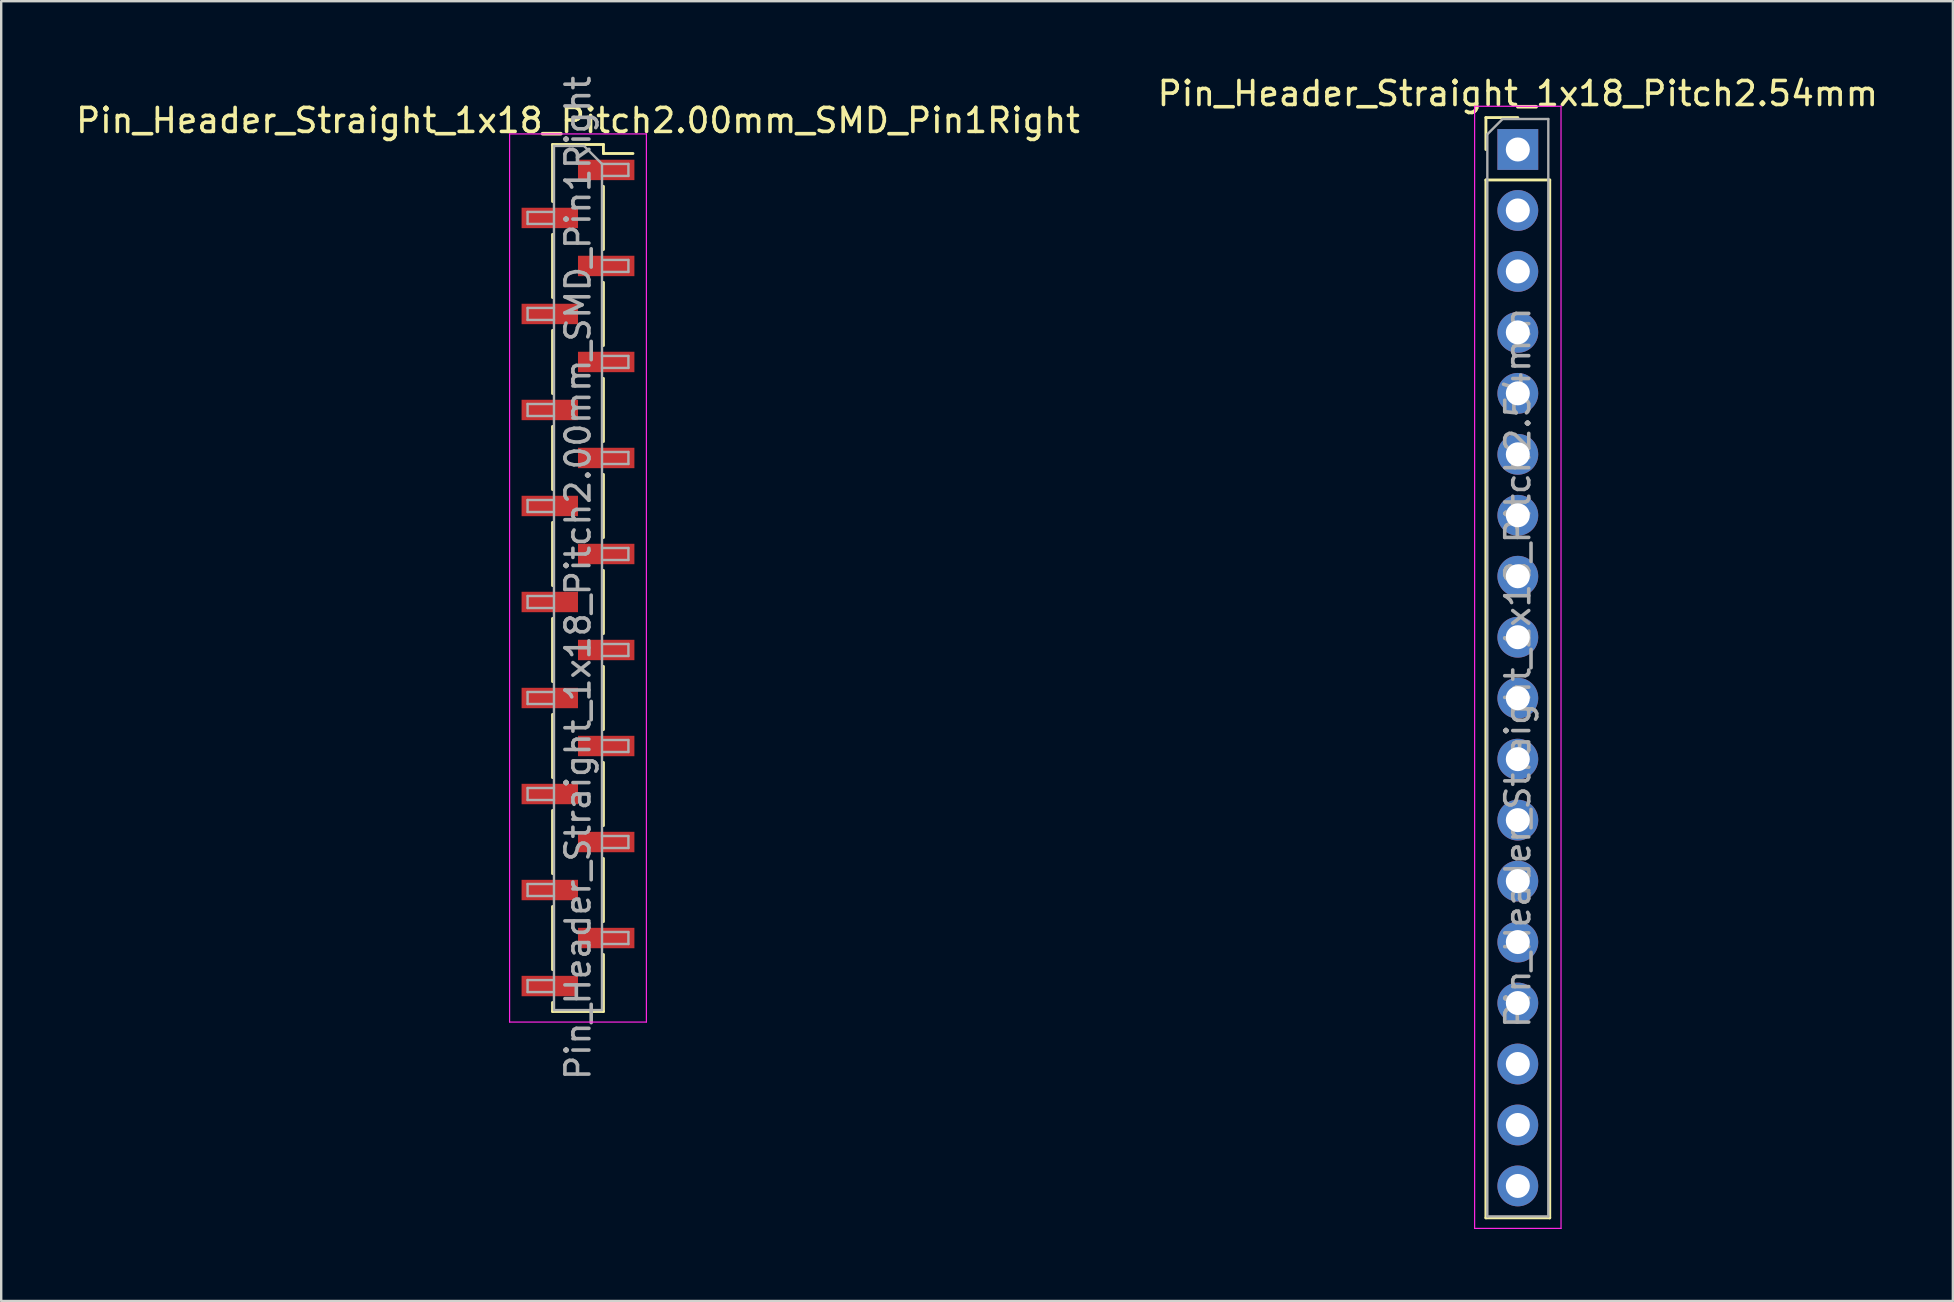
<source format=kicad_pcb>
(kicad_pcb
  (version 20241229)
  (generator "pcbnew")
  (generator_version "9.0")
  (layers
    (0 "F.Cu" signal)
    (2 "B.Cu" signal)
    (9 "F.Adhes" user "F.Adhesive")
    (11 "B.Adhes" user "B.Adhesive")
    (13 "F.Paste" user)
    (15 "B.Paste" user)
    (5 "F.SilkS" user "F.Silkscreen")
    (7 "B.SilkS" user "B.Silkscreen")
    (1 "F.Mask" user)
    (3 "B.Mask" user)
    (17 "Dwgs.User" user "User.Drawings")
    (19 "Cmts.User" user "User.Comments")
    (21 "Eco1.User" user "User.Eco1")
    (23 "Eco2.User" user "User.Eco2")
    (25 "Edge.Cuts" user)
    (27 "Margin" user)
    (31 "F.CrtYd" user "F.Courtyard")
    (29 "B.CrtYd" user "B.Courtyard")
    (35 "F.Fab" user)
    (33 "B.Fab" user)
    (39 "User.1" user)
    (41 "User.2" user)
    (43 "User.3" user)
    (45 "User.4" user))
  (footprint "Pin_Header_Straight_1x18_Pitch2.00mm_SMD_Pin1Right"
    (layer "F.Cu")
    (at 21.03 21.03)
    (property "Reference" "Pin_Header_Straight_1x18_Pitch2.00mm_SMD_Pin1Right" (at 0 -19.06 0) (layer "F.SilkS") (effects (font (size 1 1) (thickness 0.15))))
    (attr smd)
    (fp_line (start -1.06 -18.06) (end -1.06 -15.685) (stroke (width 0.12) (type solid)) (layer "F.SilkS"))
    (fp_line (start -1.06 -18.06) (end 1.06 -18.06) (stroke (width 0.12) (type solid)) (layer "F.SilkS"))
    (fp_line (start -1.06 -14.315) (end -1.06 -11.685) (stroke (width 0.12) (type solid)) (layer "F.SilkS"))
    (fp_line (start -1.06 -10.315) (end -1.06 -7.685) (stroke (width 0.12) (type solid)) (layer "F.SilkS"))
    (fp_line (start -1.06 -6.315) (end -1.06 -3.685) (stroke (width 0.12) (type solid)) (layer "F.SilkS"))
    (fp_line (start -1.06 -2.315) (end -1.06 0.315) (stroke (width 0.12) (type solid)) (layer "F.SilkS"))
    (fp_line (start -1.06 1.685) (end -1.06 4.315) (stroke (width 0.12) (type solid)) (layer "F.SilkS"))
    (fp_line (start -1.06 5.685) (end -1.06 8.315) (stroke (width 0.12) (type solid)) (layer "F.SilkS"))
    (fp_line (start -1.06 9.685) (end -1.06 12.315) (stroke (width 0.12) (type solid)) (layer "F.SilkS"))
    (fp_line (start -1.06 13.685) (end -1.06 16.315) (stroke (width 0.12) (type solid)) (layer "F.SilkS"))
    (fp_line (start -1.06 17.685) (end -1.06 18.06) (stroke (width 0.12) (type solid)) (layer "F.SilkS"))
    (fp_line (start -1.06 18.06) (end 1.06 18.06) (stroke (width 0.12) (type solid)) (layer "F.SilkS"))
    (fp_line (start 1.06 -18.06) (end 1.06 -17.685) (stroke (width 0.12) (type solid)) (layer "F.SilkS"))
    (fp_line (start 1.06 -17.685) (end 2.29 -17.685) (stroke (width 0.12) (type solid)) (layer "F.SilkS"))
    (fp_line (start 1.06 -16.315) (end 1.06 -13.685) (stroke (width 0.12) (type solid)) (layer "F.SilkS"))
    (fp_line (start 1.06 -12.315) (end 1.06 -9.685) (stroke (width 0.12) (type solid)) (layer "F.SilkS"))
    (fp_line (start 1.06 -8.315) (end 1.06 -5.685) (stroke (width 0.12) (type solid)) (layer "F.SilkS"))
    (fp_line (start 1.06 -4.315) (end 1.06 -1.685) (stroke (width 0.12) (type solid)) (layer "F.SilkS"))
    (fp_line (start 1.06 -0.315) (end 1.06 2.315) (stroke (width 0.12) (type solid)) (layer "F.SilkS"))
    (fp_line (start 1.06 3.685) (end 1.06 6.315) (stroke (width 0.12) (type solid)) (layer "F.SilkS"))
    (fp_line (start 1.06 7.685) (end 1.06 10.315) (stroke (width 0.12) (type solid)) (layer "F.SilkS"))
    (fp_line (start 1.06 11.685) (end 1.06 14.315) (stroke (width 0.12) (type solid)) (layer "F.SilkS"))
    (fp_line (start 1.06 15.685) (end 1.06 18.06) (stroke (width 0.12) (type solid)) (layer "F.SilkS"))
    (fp_line (start -2.85 -18.5) (end -2.85 18.5) (stroke (width 0.05) (type solid)) (layer "F.CrtYd"))
    (fp_line (start -2.85 18.5) (end 2.85 18.5) (stroke (width 0.05) (type solid)) (layer "F.CrtYd"))
    (fp_line (start 2.85 -18.5) (end -2.85 -18.5) (stroke (width 0.05) (type solid)) (layer "F.CrtYd"))
    (fp_line (start 2.85 18.5) (end 2.85 -18.5) (stroke (width 0.05) (type solid)) (layer "F.CrtYd"))
    (fp_line (start -2.1 -15.25) (end -2.1 -14.75) (stroke (width 0.1) (type solid)) (layer "F.Fab"))
    (fp_line (start -2.1 -14.75) (end -1 -14.75) (stroke (width 0.1) (type solid)) (layer "F.Fab"))
    (fp_line (start -2.1 -11.25) (end -2.1 -10.75) (stroke (width 0.1) (type solid)) (layer "F.Fab"))
    (fp_line (start -2.1 -10.75) (end -1 -10.75) (stroke (width 0.1) (type solid)) (layer "F.Fab"))
    (fp_line (start -2.1 -7.25) (end -2.1 -6.75) (stroke (width 0.1) (type solid)) (layer "F.Fab"))
    (fp_line (start -2.1 -6.75) (end -1 -6.75) (stroke (width 0.1) (type solid)) (layer "F.Fab"))
    (fp_line (start -2.1 -3.25) (end -2.1 -2.75) (stroke (width 0.1) (type solid)) (layer "F.Fab"))
    (fp_line (start -2.1 -2.75) (end -1 -2.75) (stroke (width 0.1) (type solid)) (layer "F.Fab"))
    (fp_line (start -2.1 0.75) (end -2.1 1.25) (stroke (width 0.1) (type solid)) (layer "F.Fab"))
    (fp_line (start -2.1 1.25) (end -1 1.25) (stroke (width 0.1) (type solid)) (layer "F.Fab"))
    (fp_line (start -2.1 4.75) (end -2.1 5.25) (stroke (width 0.1) (type solid)) (layer "F.Fab"))
    (fp_line (start -2.1 5.25) (end -1 5.25) (stroke (width 0.1) (type solid)) (layer "F.Fab"))
    (fp_line (start -2.1 8.75) (end -2.1 9.25) (stroke (width 0.1) (type solid)) (layer "F.Fab"))
    (fp_line (start -2.1 9.25) (end -1 9.25) (stroke (width 0.1) (type solid)) (layer "F.Fab"))
    (fp_line (start -2.1 12.75) (end -2.1 13.25) (stroke (width 0.1) (type solid)) (layer "F.Fab"))
    (fp_line (start -2.1 13.25) (end -1 13.25) (stroke (width 0.1) (type solid)) (layer "F.Fab"))
    (fp_line (start -2.1 16.75) (end -2.1 17.25) (stroke (width 0.1) (type solid)) (layer "F.Fab"))
    (fp_line (start -2.1 17.25) (end -1 17.25) (stroke (width 0.1) (type solid)) (layer "F.Fab"))
    (fp_line (start -1 -18) (end -1 18) (stroke (width 0.1) (type solid)) (layer "F.Fab"))
    (fp_line (start -1 -18) (end 0.25 -18) (stroke (width 0.1) (type solid)) (layer "F.Fab"))
    (fp_line (start -1 -15.25) (end -2.1 -15.25) (stroke (width 0.1) (type solid)) (layer "F.Fab"))
    (fp_line (start -1 -11.25) (end -2.1 -11.25) (stroke (width 0.1) (type solid)) (layer "F.Fab"))
    (fp_line (start -1 -7.25) (end -2.1 -7.25) (stroke (width 0.1) (type solid)) (layer "F.Fab"))
    (fp_line (start -1 -3.25) (end -2.1 -3.25) (stroke (width 0.1) (type solid)) (layer "F.Fab"))
    (fp_line (start -1 0.75) (end -2.1 0.75) (stroke (width 0.1) (type solid)) (layer "F.Fab"))
    (fp_line (start -1 4.75) (end -2.1 4.75) (stroke (width 0.1) (type solid)) (layer "F.Fab"))
    (fp_line (start -1 8.75) (end -2.1 8.75) (stroke (width 0.1) (type solid)) (layer "F.Fab"))
    (fp_line (start -1 12.75) (end -2.1 12.75) (stroke (width 0.1) (type solid)) (layer "F.Fab"))
    (fp_line (start -1 16.75) (end -2.1 16.75) (stroke (width 0.1) (type solid)) (layer "F.Fab"))
    (fp_line (start 1 -17.25) (end 0.25 -18) (stroke (width 0.1) (type solid)) (layer "F.Fab"))
    (fp_line (start 1 -17.25) (end 2.1 -17.25) (stroke (width 0.1) (type solid)) (layer "F.Fab"))
    (fp_line (start 1 -13.25) (end 2.1 -13.25) (stroke (width 0.1) (type solid)) (layer "F.Fab"))
    (fp_line (start 1 -9.25) (end 2.1 -9.25) (stroke (width 0.1) (type solid)) (layer "F.Fab"))
    (fp_line (start 1 -5.25) (end 2.1 -5.25) (stroke (width 0.1) (type solid)) (layer "F.Fab"))
    (fp_line (start 1 -1.25) (end 2.1 -1.25) (stroke (width 0.1) (type solid)) (layer "F.Fab"))
    (fp_line (start 1 2.75) (end 2.1 2.75) (stroke (width 0.1) (type solid)) (layer "F.Fab"))
    (fp_line (start 1 6.75) (end 2.1 6.75) (stroke (width 0.1) (type solid)) (layer "F.Fab"))
    (fp_line (start 1 10.75) (end 2.1 10.75) (stroke (width 0.1) (type solid)) (layer "F.Fab"))
    (fp_line (start 1 14.75) (end 2.1 14.75) (stroke (width 0.1) (type solid)) (layer "F.Fab"))
    (fp_line (start 1 18) (end -1 18) (stroke (width 0.1) (type solid)) (layer "F.Fab"))
    (fp_line (start 1 18) (end 1 -17.25) (stroke (width 0.1) (type solid)) (layer "F.Fab"))
    (fp_line (start 2.1 -17.25) (end 2.1 -16.75) (stroke (width 0.1) (type solid)) (layer "F.Fab"))
    (fp_line (start 2.1 -16.75) (end 1 -16.75) (stroke (width 0.1) (type solid)) (layer "F.Fab"))
    (fp_line (start 2.1 -13.25) (end 2.1 -12.75) (stroke (width 0.1) (type solid)) (layer "F.Fab"))
    (fp_line (start 2.1 -12.75) (end 1 -12.75) (stroke (width 0.1) (type solid)) (layer "F.Fab"))
    (fp_line (start 2.1 -9.25) (end 2.1 -8.75) (stroke (width 0.1) (type solid)) (layer "F.Fab"))
    (fp_line (start 2.1 -8.75) (end 1 -8.75) (stroke (width 0.1) (type solid)) (layer "F.Fab"))
    (fp_line (start 2.1 -5.25) (end 2.1 -4.75) (stroke (width 0.1) (type solid)) (layer "F.Fab"))
    (fp_line (start 2.1 -4.75) (end 1 -4.75) (stroke (width 0.1) (type solid)) (layer "F.Fab"))
    (fp_line (start 2.1 -1.25) (end 2.1 -0.75) (stroke (width 0.1) (type solid)) (layer "F.Fab"))
    (fp_line (start 2.1 -0.75) (end 1 -0.75) (stroke (width 0.1) (type solid)) (layer "F.Fab"))
    (fp_line (start 2.1 2.75) (end 2.1 3.25) (stroke (width 0.1) (type solid)) (layer "F.Fab"))
    (fp_line (start 2.1 3.25) (end 1 3.25) (stroke (width 0.1) (type solid)) (layer "F.Fab"))
    (fp_line (start 2.1 6.75) (end 2.1 7.25) (stroke (width 0.1) (type solid)) (layer "F.Fab"))
    (fp_line (start 2.1 7.25) (end 1 7.25) (stroke (width 0.1) (type solid)) (layer "F.Fab"))
    (fp_line (start 2.1 10.75) (end 2.1 11.25) (stroke (width 0.1) (type solid)) (layer "F.Fab"))
    (fp_line (start 2.1 11.25) (end 1 11.25) (stroke (width 0.1) (type solid)) (layer "F.Fab"))
    (fp_line (start 2.1 14.75) (end 2.1 15.25) (stroke (width 0.1) (type solid)) (layer "F.Fab"))
    (fp_line (start 2.1 15.25) (end 1 15.25) (stroke (width 0.1) (type solid)) (layer "F.Fab"))
    (fp_text user "${REFERENCE}" (at 0 0 90) (layer "F.Fab") (effects (font (size 1 1) (thickness 0.15))))
    (pad "1" smd rect (at 1.175 -17) (size 2.35 0.85) (layers "F.Cu" "F.Mask" "F.Paste"))
    (pad "2" smd rect (at -1.175 -15) (size 2.35 0.85) (layers "F.Cu" "F.Mask" "F.Paste"))
    (pad "3" smd rect (at 1.175 -13) (size 2.35 0.85) (layers "F.Cu" "F.Mask" "F.Paste"))
    (pad "4" smd rect (at -1.175 -11) (size 2.35 0.85) (layers "F.Cu" "F.Mask" "F.Paste"))
    (pad "5" smd rect (at 1.175 -9) (size 2.35 0.85) (layers "F.Cu" "F.Mask" "F.Paste"))
    (pad "6" smd rect (at -1.175 -7) (size 2.35 0.85) (layers "F.Cu" "F.Mask" "F.Paste"))
    (pad "7" smd rect (at 1.175 -5) (size 2.35 0.85) (layers "F.Cu" "F.Mask" "F.Paste"))
    (pad "8" smd rect (at -1.175 -3) (size 2.35 0.85) (layers "F.Cu" "F.Mask" "F.Paste"))
    (pad "9" smd rect (at 1.175 -1) (size 2.35 0.85) (layers "F.Cu" "F.Mask" "F.Paste"))
    (pad "10" smd rect (at -1.175 1) (size 2.35 0.85) (layers "F.Cu" "F.Mask" "F.Paste"))
    (pad "11" smd rect (at 1.175 3) (size 2.35 0.85) (layers "F.Cu" "F.Mask" "F.Paste"))
    (pad "12" smd rect (at -1.175 5) (size 2.35 0.85) (layers "F.Cu" "F.Mask" "F.Paste"))
    (pad "13" smd rect (at 1.175 7) (size 2.35 0.85) (layers "F.Cu" "F.Mask" "F.Paste"))
    (pad "14" smd rect (at -1.175 9) (size 2.35 0.85) (layers "F.Cu" "F.Mask" "F.Paste"))
    (pad "15" smd rect (at 1.175 11) (size 2.35 0.85) (layers "F.Cu" "F.Mask" "F.Paste"))
    (pad "16" smd rect (at -1.175 13) (size 2.35 0.85) (layers "F.Cu" "F.Mask" "F.Paste"))
    (pad "17" smd rect (at 1.175 15) (size 2.35 0.85) (layers "F.Cu" "F.Mask" "F.Paste"))
    (pad "18" smd rect (at -1.175 17) (size 2.35 0.85) (layers "F.Cu" "F.Mask" "F.Paste")))
  (footprint "Pin_Header_Straight_1x18_Pitch2.54mm"
    (layer "F.Cu")
    (at 60.185 3.178)
    (property "Reference" "Pin_Header_Straight_1x18_Pitch2.54mm" (at 0 -2.33 0) (layer "F.SilkS") (effects (font (size 1 1) (thickness 0.15))))
    (attr through_hole)
    (fp_line (start -1.33 -1.33) (end 0 -1.33) (stroke (width 0.12) (type solid)) (layer "F.SilkS"))
    (fp_line (start -1.33 0) (end -1.33 -1.33) (stroke (width 0.12) (type solid)) (layer "F.SilkS"))
    (fp_line (start -1.33 1.27) (end -1.33 44.51) (stroke (width 0.12) (type solid)) (layer "F.SilkS"))
    (fp_line (start -1.33 1.27) (end 1.33 1.27) (stroke (width 0.12) (type solid)) (layer "F.SilkS"))
    (fp_line (start -1.33 44.51) (end 1.33 44.51) (stroke (width 0.12) (type solid)) (layer "F.SilkS"))
    (fp_line (start 1.33 1.27) (end 1.33 44.51) (stroke (width 0.12) (type solid)) (layer "F.SilkS"))
    (fp_line (start -1.8 -1.8) (end -1.8 44.95) (stroke (width 0.05) (type solid)) (layer "F.CrtYd"))
    (fp_line (start -1.8 44.95) (end 1.8 44.95) (stroke (width 0.05) (type solid)) (layer "F.CrtYd"))
    (fp_line (start 1.8 -1.8) (end -1.8 -1.8) (stroke (width 0.05) (type solid)) (layer "F.CrtYd"))
    (fp_line (start 1.8 44.95) (end 1.8 -1.8) (stroke (width 0.05) (type solid)) (layer "F.CrtYd"))
    (fp_line (start -1.27 -0.635) (end -0.635 -1.27) (stroke (width 0.1) (type solid)) (layer "F.Fab"))
    (fp_line (start -1.27 44.45) (end -1.27 -0.635) (stroke (width 0.1) (type solid)) (layer "F.Fab"))
    (fp_line (start -0.635 -1.27) (end 1.27 -1.27) (stroke (width 0.1) (type solid)) (layer "F.Fab"))
    (fp_line (start 1.27 -1.27) (end 1.27 44.45) (stroke (width 0.1) (type solid)) (layer "F.Fab"))
    (fp_line (start 1.27 44.45) (end -1.27 44.45) (stroke (width 0.1) (type solid)) (layer "F.Fab"))
    (fp_text user "${REFERENCE}" (at 0 21.59 90) (layer "F.Fab") (effects (font (size 1 1) (thickness 0.15))))
    (pad "1" thru_hole rect (at 0 0) (size 1.7 1.7) (drill 1) (layers "*.Cu" "*.Mask"))
    (pad "2" thru_hole oval (at 0 2.54) (size 1.7 1.7) (drill 1) (layers "*.Cu" "*.Mask"))
    (pad "3" thru_hole oval (at 0 5.08) (size 1.7 1.7) (drill 1) (layers "*.Cu" "*.Mask"))
    (pad "4" thru_hole oval (at 0 7.62) (size 1.7 1.7) (drill 1) (layers "*.Cu" "*.Mask"))
    (pad "5" thru_hole oval (at 0 10.16) (size 1.7 1.7) (drill 1) (layers "*.Cu" "*.Mask"))
    (pad "6" thru_hole oval (at 0 12.7) (size 1.7 1.7) (drill 1) (layers "*.Cu" "*.Mask"))
    (pad "7" thru_hole oval (at 0 15.24) (size 1.7 1.7) (drill 1) (layers "*.Cu" "*.Mask"))
    (pad "8" thru_hole oval (at 0 17.78) (size 1.7 1.7) (drill 1) (layers "*.Cu" "*.Mask"))
    (pad "9" thru_hole oval (at 0 20.32) (size 1.7 1.7) (drill 1) (layers "*.Cu" "*.Mask"))
    (pad "10" thru_hole oval (at 0 22.86) (size 1.7 1.7) (drill 1) (layers "*.Cu" "*.Mask"))
    (pad "11" thru_hole oval (at 0 25.4) (size 1.7 1.7) (drill 1) (layers "*.Cu" "*.Mask"))
    (pad "12" thru_hole oval (at 0 27.94) (size 1.7 1.7) (drill 1) (layers "*.Cu" "*.Mask"))
    (pad "13" thru_hole oval (at 0 30.48) (size 1.7 1.7) (drill 1) (layers "*.Cu" "*.Mask"))
    (pad "14" thru_hole oval (at 0 33.02) (size 1.7 1.7) (drill 1) (layers "*.Cu" "*.Mask"))
    (pad "15" thru_hole oval (at 0 35.56) (size 1.7 1.7) (drill 1) (layers "*.Cu" "*.Mask"))
    (pad "16" thru_hole oval (at 0 38.1) (size 1.7 1.7) (drill 1) (layers "*.Cu" "*.Mask"))
    (pad "17" thru_hole oval (at 0 40.64) (size 1.7 1.7) (drill 1) (layers "*.Cu" "*.Mask"))
    (pad "18" thru_hole oval (at 0 43.18) (size 1.7 1.7) (drill 1) (layers "*.Cu" "*.Mask")))
  (gr_rect
    (start -3 -3)
    (end 78.31 51.153)
    (stroke (width 0.1) (type default))
    (fill no)
    (layer "Edge.Cuts")))
</source>
